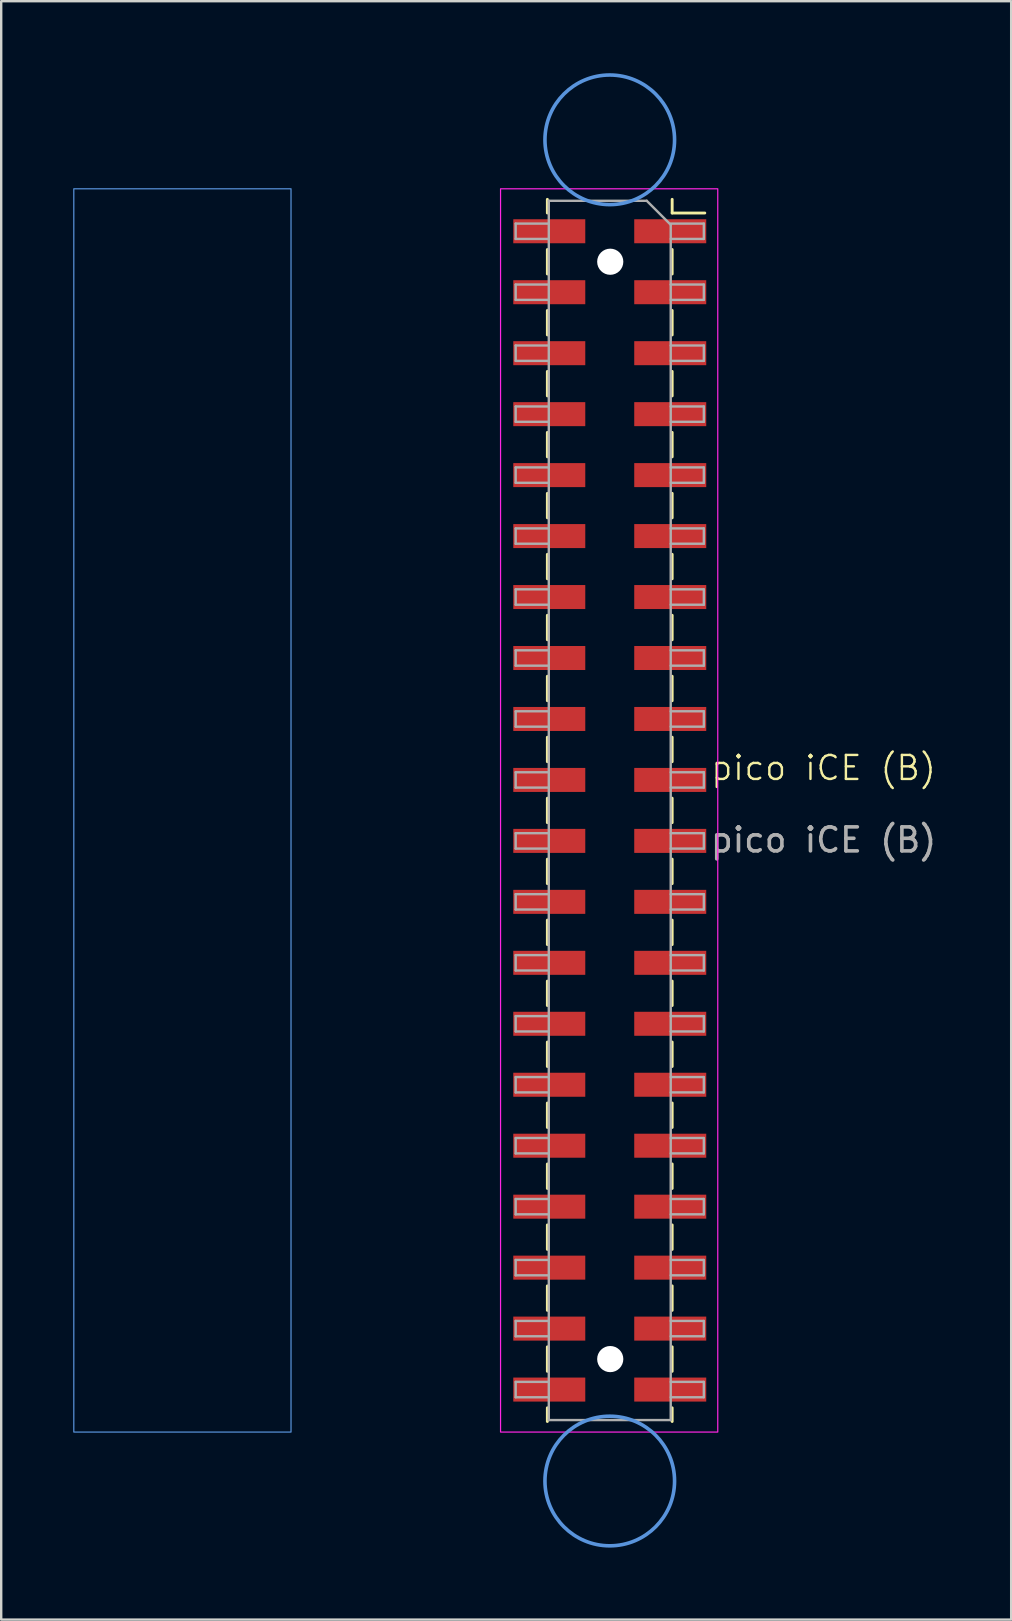
<source format=kicad_pcb>
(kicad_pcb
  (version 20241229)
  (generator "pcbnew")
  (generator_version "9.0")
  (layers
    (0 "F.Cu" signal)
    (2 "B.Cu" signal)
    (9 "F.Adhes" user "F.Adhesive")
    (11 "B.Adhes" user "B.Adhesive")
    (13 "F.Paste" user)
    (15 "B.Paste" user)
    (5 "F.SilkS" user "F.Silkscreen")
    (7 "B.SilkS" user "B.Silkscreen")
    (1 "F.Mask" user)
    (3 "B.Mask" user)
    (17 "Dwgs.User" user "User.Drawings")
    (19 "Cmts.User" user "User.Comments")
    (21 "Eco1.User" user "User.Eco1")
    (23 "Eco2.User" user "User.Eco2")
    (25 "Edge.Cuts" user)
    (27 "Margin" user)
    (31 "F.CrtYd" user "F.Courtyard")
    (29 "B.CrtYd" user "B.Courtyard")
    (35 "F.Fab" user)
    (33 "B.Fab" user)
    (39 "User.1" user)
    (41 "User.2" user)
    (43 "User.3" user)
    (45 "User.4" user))
  (footprint "pico iCE (B)"
    (layer "F.Cu")
    (at 22.375 29.445)
    (property "Reference" "pico iCE (B)" (at 8.89 -0.5 0) (unlocked yes) (layer "F.SilkS") (effects (font (size 1 1) (thickness 0.1))))
    (attr smd)
    (fp_line (start -2.62 -24.19) (end -2.62 -23.62) (stroke (width 0.12) (type solid)) (layer "F.SilkS"))
    (fp_line (start -2.62 -22.1) (end -2.62 -21.08) (stroke (width 0.12) (type solid)) (layer "F.SilkS"))
    (fp_line (start -2.62 -19.56) (end -2.62 -18.54) (stroke (width 0.12) (type solid)) (layer "F.SilkS"))
    (fp_line (start -2.62 -17.02) (end -2.62 -16) (stroke (width 0.12) (type solid)) (layer "F.SilkS"))
    (fp_line (start -2.62 -14.48) (end -2.62 -13.46) (stroke (width 0.12) (type solid)) (layer "F.SilkS"))
    (fp_line (start -2.62 -11.94) (end -2.62 -10.92) (stroke (width 0.12) (type solid)) (layer "F.SilkS"))
    (fp_line (start -2.62 -9.4) (end -2.62 -8.38) (stroke (width 0.12) (type solid)) (layer "F.SilkS"))
    (fp_line (start -2.62 -6.86) (end -2.62 -5.84) (stroke (width 0.12) (type solid)) (layer "F.SilkS"))
    (fp_line (start -2.62 -4.32) (end -2.62 -3.3) (stroke (width 0.12) (type solid)) (layer "F.SilkS"))
    (fp_line (start -2.62 -1.78) (end -2.62 -0.76) (stroke (width 0.12) (type solid)) (layer "F.SilkS"))
    (fp_line (start -2.62 0.76) (end -2.62 1.78) (stroke (width 0.12) (type solid)) (layer "F.SilkS"))
    (fp_line (start -2.62 3.3) (end -2.62 4.32) (stroke (width 0.12) (type solid)) (layer "F.SilkS"))
    (fp_line (start -2.62 5.84) (end -2.62 6.86) (stroke (width 0.12) (type solid)) (layer "F.SilkS"))
    (fp_line (start -2.62 8.38) (end -2.62 9.4) (stroke (width 0.12) (type solid)) (layer "F.SilkS"))
    (fp_line (start -2.62 10.92) (end -2.62 11.94) (stroke (width 0.12) (type solid)) (layer "F.SilkS"))
    (fp_line (start -2.62 13.46) (end -2.62 14.48) (stroke (width 0.12) (type solid)) (layer "F.SilkS"))
    (fp_line (start -2.62 16) (end -2.62 17.02) (stroke (width 0.12) (type solid)) (layer "F.SilkS"))
    (fp_line (start -2.62 18.54) (end -2.62 19.56) (stroke (width 0.12) (type solid)) (layer "F.SilkS"))
    (fp_line (start -2.62 21.08) (end -2.62 22.1) (stroke (width 0.12) (type solid)) (layer "F.SilkS"))
    (fp_line (start -2.62 23.62) (end -2.62 24.64) (stroke (width 0.12) (type solid)) (layer "F.SilkS"))
    (fp_line (start -2.62 26.16) (end -2.62 26.73) (stroke (width 0.12) (type solid)) (layer "F.SilkS"))
    (fp_line (start 2.58 -24.19) (end 2.58 -23.62) (stroke (width 0.12) (type solid)) (layer "F.SilkS"))
    (fp_line (start 2.58 -23.62) (end 3.94 -23.62) (stroke (width 0.12) (type solid)) (layer "F.SilkS"))
    (fp_line (start 2.58 -22.1) (end 2.58 -21.08) (stroke (width 0.12) (type solid)) (layer "F.SilkS"))
    (fp_line (start 2.58 -19.56) (end 2.58 -18.54) (stroke (width 0.12) (type solid)) (layer "F.SilkS"))
    (fp_line (start 2.58 -17.02) (end 2.58 -16) (stroke (width 0.12) (type solid)) (layer "F.SilkS"))
    (fp_line (start 2.58 -14.48) (end 2.58 -13.46) (stroke (width 0.12) (type solid)) (layer "F.SilkS"))
    (fp_line (start 2.58 -11.94) (end 2.58 -10.92) (stroke (width 0.12) (type solid)) (layer "F.SilkS"))
    (fp_line (start 2.58 -9.4) (end 2.58 -8.38) (stroke (width 0.12) (type solid)) (layer "F.SilkS"))
    (fp_line (start 2.58 -6.86) (end 2.58 -5.84) (stroke (width 0.12) (type solid)) (layer "F.SilkS"))
    (fp_line (start 2.58 -4.32) (end 2.58 -3.3) (stroke (width 0.12) (type solid)) (layer "F.SilkS"))
    (fp_line (start 2.58 -1.78) (end 2.58 -0.76) (stroke (width 0.12) (type solid)) (layer "F.SilkS"))
    (fp_line (start 2.58 0.76) (end 2.58 1.78) (stroke (width 0.12) (type solid)) (layer "F.SilkS"))
    (fp_line (start 2.58 3.3) (end 2.58 4.32) (stroke (width 0.12) (type solid)) (layer "F.SilkS"))
    (fp_line (start 2.58 5.84) (end 2.58 6.86) (stroke (width 0.12) (type solid)) (layer "F.SilkS"))
    (fp_line (start 2.58 8.38) (end 2.58 9.4) (stroke (width 0.12) (type solid)) (layer "F.SilkS"))
    (fp_line (start 2.58 10.92) (end 2.58 11.94) (stroke (width 0.12) (type solid)) (layer "F.SilkS"))
    (fp_line (start 2.58 13.46) (end 2.58 14.48) (stroke (width 0.12) (type solid)) (layer "F.SilkS"))
    (fp_line (start 2.58 16) (end 2.58 17.02) (stroke (width 0.12) (type solid)) (layer "F.SilkS"))
    (fp_line (start 2.58 18.54) (end 2.58 19.56) (stroke (width 0.12) (type solid)) (layer "F.SilkS"))
    (fp_line (start 2.58 21.08) (end 2.58 22.1) (stroke (width 0.12) (type solid)) (layer "F.SilkS"))
    (fp_line (start 2.58 23.62) (end 2.58 24.64) (stroke (width 0.12) (type solid)) (layer "F.SilkS"))
    (fp_line (start 2.58 26.16) (end 2.58 26.73) (stroke (width 0.12) (type solid)) (layer "F.SilkS"))
    (fp_rect (start -22.35 -24.63) (end -13.3 27.17) (stroke (width 0.05) (type solid)) (fill no) (layer "Cmts.User"))
    (fp_circle (center -0.02 -26.67) (end 2.68 -26.67) (stroke (width 0.15) (type solid)) (fill no) (layer "Cmts.User"))
    (fp_circle (center -0.02 29.21) (end 2.68 29.21) (stroke (width 0.15) (type solid)) (fill no) (layer "Cmts.User"))
    (fp_rect (start -4.57 -24.63) (end 4.48 27.17) (stroke (width 0.05) (type solid)) (fill no) (layer "F.CrtYd"))
    (fp_line (start -3.94 -23.18) (end -2.56 -23.18) (stroke (width 0.1) (type solid)) (layer "F.Fab"))
    (fp_line (start -3.94 -22.54) (end -3.94 -23.18) (stroke (width 0.1) (type solid)) (layer "F.Fab"))
    (fp_line (start -3.94 -20.64) (end -2.56 -20.64) (stroke (width 0.1) (type solid)) (layer "F.Fab"))
    (fp_line (start -3.94 -20) (end -3.94 -20.64) (stroke (width 0.1) (type solid)) (layer "F.Fab"))
    (fp_line (start -3.94 -18.1) (end -2.56 -18.1) (stroke (width 0.1) (type solid)) (layer "F.Fab"))
    (fp_line (start -3.94 -17.46) (end -3.94 -18.1) (stroke (width 0.1) (type solid)) (layer "F.Fab"))
    (fp_line (start -3.94 -15.56) (end -2.56 -15.56) (stroke (width 0.1) (type solid)) (layer "F.Fab"))
    (fp_line (start -3.94 -14.92) (end -3.94 -15.56) (stroke (width 0.1) (type solid)) (layer "F.Fab"))
    (fp_line (start -3.94 -13.02) (end -2.56 -13.02) (stroke (width 0.1) (type solid)) (layer "F.Fab"))
    (fp_line (start -3.94 -12.38) (end -3.94 -13.02) (stroke (width 0.1) (type solid)) (layer "F.Fab"))
    (fp_line (start -3.94 -10.48) (end -2.56 -10.48) (stroke (width 0.1) (type solid)) (layer "F.Fab"))
    (fp_line (start -3.94 -9.84) (end -3.94 -10.48) (stroke (width 0.1) (type solid)) (layer "F.Fab"))
    (fp_line (start -3.94 -7.94) (end -2.56 -7.94) (stroke (width 0.1) (type solid)) (layer "F.Fab"))
    (fp_line (start -3.94 -7.3) (end -3.94 -7.94) (stroke (width 0.1) (type solid)) (layer "F.Fab"))
    (fp_line (start -3.94 -5.4) (end -2.56 -5.4) (stroke (width 0.1) (type solid)) (layer "F.Fab"))
    (fp_line (start -3.94 -4.76) (end -3.94 -5.4) (stroke (width 0.1) (type solid)) (layer "F.Fab"))
    (fp_line (start -3.94 -2.86) (end -2.56 -2.86) (stroke (width 0.1) (type solid)) (layer "F.Fab"))
    (fp_line (start -3.94 -2.22) (end -3.94 -2.86) (stroke (width 0.1) (type solid)) (layer "F.Fab"))
    (fp_line (start -3.94 -0.32) (end -2.56 -0.32) (stroke (width 0.1) (type solid)) (layer "F.Fab"))
    (fp_line (start -3.94 0.32) (end -3.94 -0.32) (stroke (width 0.1) (type solid)) (layer "F.Fab"))
    (fp_line (start -3.94 2.22) (end -2.56 2.22) (stroke (width 0.1) (type solid)) (layer "F.Fab"))
    (fp_line (start -3.94 2.86) (end -3.94 2.22) (stroke (width 0.1) (type solid)) (layer "F.Fab"))
    (fp_line (start -3.94 4.76) (end -2.56 4.76) (stroke (width 0.1) (type solid)) (layer "F.Fab"))
    (fp_line (start -3.94 5.4) (end -3.94 4.76) (stroke (width 0.1) (type solid)) (layer "F.Fab"))
    (fp_line (start -3.94 7.3) (end -2.56 7.3) (stroke (width 0.1) (type solid)) (layer "F.Fab"))
    (fp_line (start -3.94 7.94) (end -3.94 7.3) (stroke (width 0.1) (type solid)) (layer "F.Fab"))
    (fp_line (start -3.94 9.84) (end -2.56 9.84) (stroke (width 0.1) (type solid)) (layer "F.Fab"))
    (fp_line (start -3.94 10.48) (end -3.94 9.84) (stroke (width 0.1) (type solid)) (layer "F.Fab"))
    (fp_line (start -3.94 12.38) (end -2.56 12.38) (stroke (width 0.1) (type solid)) (layer "F.Fab"))
    (fp_line (start -3.94 13.02) (end -3.94 12.38) (stroke (width 0.1) (type solid)) (layer "F.Fab"))
    (fp_line (start -3.94 14.92) (end -2.56 14.92) (stroke (width 0.1) (type solid)) (layer "F.Fab"))
    (fp_line (start -3.94 15.56) (end -3.94 14.92) (stroke (width 0.1) (type solid)) (layer "F.Fab"))
    (fp_line (start -3.94 17.46) (end -2.56 17.46) (stroke (width 0.1) (type solid)) (layer "F.Fab"))
    (fp_line (start -3.94 18.1) (end -3.94 17.46) (stroke (width 0.1) (type solid)) (layer "F.Fab"))
    (fp_line (start -3.94 20) (end -2.56 20) (stroke (width 0.1) (type solid)) (layer "F.Fab"))
    (fp_line (start -3.94 20.64) (end -3.94 20) (stroke (width 0.1) (type solid)) (layer "F.Fab"))
    (fp_line (start -3.94 22.54) (end -2.56 22.54) (stroke (width 0.1) (type solid)) (layer "F.Fab"))
    (fp_line (start -3.94 23.18) (end -3.94 22.54) (stroke (width 0.1) (type solid)) (layer "F.Fab"))
    (fp_line (start -3.94 25.08) (end -2.56 25.08) (stroke (width 0.1) (type solid)) (layer "F.Fab"))
    (fp_line (start -3.94 25.72) (end -3.94 25.08) (stroke (width 0.1) (type solid)) (layer "F.Fab"))
    (fp_line (start -2.56 -24.13) (end 1.52 -24.13) (stroke (width 0.1) (type solid)) (layer "F.Fab"))
    (fp_line (start -2.56 -22.54) (end -3.94 -22.54) (stroke (width 0.1) (type solid)) (layer "F.Fab"))
    (fp_line (start -2.56 -20) (end -3.94 -20) (stroke (width 0.1) (type solid)) (layer "F.Fab"))
    (fp_line (start -2.56 -17.46) (end -3.94 -17.46) (stroke (width 0.1) (type solid)) (layer "F.Fab"))
    (fp_line (start -2.56 -14.92) (end -3.94 -14.92) (stroke (width 0.1) (type solid)) (layer "F.Fab"))
    (fp_line (start -2.56 -12.38) (end -3.94 -12.38) (stroke (width 0.1) (type solid)) (layer "F.Fab"))
    (fp_line (start -2.56 -9.84) (end -3.94 -9.84) (stroke (width 0.1) (type solid)) (layer "F.Fab"))
    (fp_line (start -2.56 -7.3) (end -3.94 -7.3) (stroke (width 0.1) (type solid)) (layer "F.Fab"))
    (fp_line (start -2.56 -4.76) (end -3.94 -4.76) (stroke (width 0.1) (type solid)) (layer "F.Fab"))
    (fp_line (start -2.56 -2.22) (end -3.94 -2.22) (stroke (width 0.1) (type solid)) (layer "F.Fab"))
    (fp_line (start -2.56 0.32) (end -3.94 0.32) (stroke (width 0.1) (type solid)) (layer "F.Fab"))
    (fp_line (start -2.56 2.86) (end -3.94 2.86) (stroke (width 0.1) (type solid)) (layer "F.Fab"))
    (fp_line (start -2.56 5.4) (end -3.94 5.4) (stroke (width 0.1) (type solid)) (layer "F.Fab"))
    (fp_line (start -2.56 7.94) (end -3.94 7.94) (stroke (width 0.1) (type solid)) (layer "F.Fab"))
    (fp_line (start -2.56 10.48) (end -3.94 10.48) (stroke (width 0.1) (type solid)) (layer "F.Fab"))
    (fp_line (start -2.56 13.02) (end -3.94 13.02) (stroke (width 0.1) (type solid)) (layer "F.Fab"))
    (fp_line (start -2.56 15.56) (end -3.94 15.56) (stroke (width 0.1) (type solid)) (layer "F.Fab"))
    (fp_line (start -2.56 18.1) (end -3.94 18.1) (stroke (width 0.1) (type solid)) (layer "F.Fab"))
    (fp_line (start -2.56 20.64) (end -3.94 20.64) (stroke (width 0.1) (type solid)) (layer "F.Fab"))
    (fp_line (start -2.56 23.18) (end -3.94 23.18) (stroke (width 0.1) (type solid)) (layer "F.Fab"))
    (fp_line (start -2.56 25.72) (end -3.94 25.72) (stroke (width 0.1) (type solid)) (layer "F.Fab"))
    (fp_line (start -2.56 26.67) (end -2.56 -24.13) (stroke (width 0.1) (type solid)) (layer "F.Fab"))
    (fp_line (start 1.52 -24.13) (end 2.52 -23.13) (stroke (width 0.1) (type solid)) (layer "F.Fab"))
    (fp_line (start 2.52 -23.18) (end 3.9 -23.18) (stroke (width 0.1) (type solid)) (layer "F.Fab"))
    (fp_line (start 2.52 -23.13) (end 2.52 26.67) (stroke (width 0.1) (type solid)) (layer "F.Fab"))
    (fp_line (start 2.52 -20.64) (end 3.9 -20.64) (stroke (width 0.1) (type solid)) (layer "F.Fab"))
    (fp_line (start 2.52 -18.1) (end 3.9 -18.1) (stroke (width 0.1) (type solid)) (layer "F.Fab"))
    (fp_line (start 2.52 -15.56) (end 3.9 -15.56) (stroke (width 0.1) (type solid)) (layer "F.Fab"))
    (fp_line (start 2.52 -13.02) (end 3.9 -13.02) (stroke (width 0.1) (type solid)) (layer "F.Fab"))
    (fp_line (start 2.52 -10.48) (end 3.9 -10.48) (stroke (width 0.1) (type solid)) (layer "F.Fab"))
    (fp_line (start 2.52 -7.94) (end 3.9 -7.94) (stroke (width 0.1) (type solid)) (layer "F.Fab"))
    (fp_line (start 2.52 -5.4) (end 3.9 -5.4) (stroke (width 0.1) (type solid)) (layer "F.Fab"))
    (fp_line (start 2.52 -2.86) (end 3.9 -2.86) (stroke (width 0.1) (type solid)) (layer "F.Fab"))
    (fp_line (start 2.52 -0.32) (end 3.9 -0.32) (stroke (width 0.1) (type solid)) (layer "F.Fab"))
    (fp_line (start 2.52 2.22) (end 3.9 2.22) (stroke (width 0.1) (type solid)) (layer "F.Fab"))
    (fp_line (start 2.52 4.76) (end 3.9 4.76) (stroke (width 0.1) (type solid)) (layer "F.Fab"))
    (fp_line (start 2.52 7.3) (end 3.9 7.3) (stroke (width 0.1) (type solid)) (layer "F.Fab"))
    (fp_line (start 2.52 9.84) (end 3.9 9.84) (stroke (width 0.1) (type solid)) (layer "F.Fab"))
    (fp_line (start 2.52 12.38) (end 3.9 12.38) (stroke (width 0.1) (type solid)) (layer "F.Fab"))
    (fp_line (start 2.52 14.92) (end 3.9 14.92) (stroke (width 0.1) (type solid)) (layer "F.Fab"))
    (fp_line (start 2.52 17.46) (end 3.9 17.46) (stroke (width 0.1) (type solid)) (layer "F.Fab"))
    (fp_line (start 2.52 20) (end 3.9 20) (stroke (width 0.1) (type solid)) (layer "F.Fab"))
    (fp_line (start 2.52 22.54) (end 3.9 22.54) (stroke (width 0.1) (type solid)) (layer "F.Fab"))
    (fp_line (start 2.52 25.08) (end 3.9 25.08) (stroke (width 0.1) (type solid)) (layer "F.Fab"))
    (fp_line (start 2.52 26.67) (end -2.56 26.67) (stroke (width 0.1) (type solid)) (layer "F.Fab"))
    (fp_line (start 3.9 -23.18) (end 3.9 -22.54) (stroke (width 0.1) (type solid)) (layer "F.Fab"))
    (fp_line (start 3.9 -22.54) (end 2.52 -22.54) (stroke (width 0.1) (type solid)) (layer "F.Fab"))
    (fp_line (start 3.9 -20.64) (end 3.9 -20) (stroke (width 0.1) (type solid)) (layer "F.Fab"))
    (fp_line (start 3.9 -20) (end 2.52 -20) (stroke (width 0.1) (type solid)) (layer "F.Fab"))
    (fp_line (start 3.9 -18.1) (end 3.9 -17.46) (stroke (width 0.1) (type solid)) (layer "F.Fab"))
    (fp_line (start 3.9 -17.46) (end 2.52 -17.46) (stroke (width 0.1) (type solid)) (layer "F.Fab"))
    (fp_line (start 3.9 -15.56) (end 3.9 -14.92) (stroke (width 0.1) (type solid)) (layer "F.Fab"))
    (fp_line (start 3.9 -14.92) (end 2.52 -14.92) (stroke (width 0.1) (type solid)) (layer "F.Fab"))
    (fp_line (start 3.9 -13.02) (end 3.9 -12.38) (stroke (width 0.1) (type solid)) (layer "F.Fab"))
    (fp_line (start 3.9 -12.38) (end 2.52 -12.38) (stroke (width 0.1) (type solid)) (layer "F.Fab"))
    (fp_line (start 3.9 -10.48) (end 3.9 -9.84) (stroke (width 0.1) (type solid)) (layer "F.Fab"))
    (fp_line (start 3.9 -9.84) (end 2.52 -9.84) (stroke (width 0.1) (type solid)) (layer "F.Fab"))
    (fp_line (start 3.9 -7.94) (end 3.9 -7.3) (stroke (width 0.1) (type solid)) (layer "F.Fab"))
    (fp_line (start 3.9 -7.3) (end 2.52 -7.3) (stroke (width 0.1) (type solid)) (layer "F.Fab"))
    (fp_line (start 3.9 -5.4) (end 3.9 -4.76) (stroke (width 0.1) (type solid)) (layer "F.Fab"))
    (fp_line (start 3.9 -4.76) (end 2.52 -4.76) (stroke (width 0.1) (type solid)) (layer "F.Fab"))
    (fp_line (start 3.9 -2.86) (end 3.9 -2.22) (stroke (width 0.1) (type solid)) (layer "F.Fab"))
    (fp_line (start 3.9 -2.22) (end 2.52 -2.22) (stroke (width 0.1) (type solid)) (layer "F.Fab"))
    (fp_line (start 3.9 -0.32) (end 3.9 0.32) (stroke (width 0.1) (type solid)) (layer "F.Fab"))
    (fp_line (start 3.9 0.32) (end 2.52 0.32) (stroke (width 0.1) (type solid)) (layer "F.Fab"))
    (fp_line (start 3.9 2.22) (end 3.9 2.86) (stroke (width 0.1) (type solid)) (layer "F.Fab"))
    (fp_line (start 3.9 2.86) (end 2.52 2.86) (stroke (width 0.1) (type solid)) (layer "F.Fab"))
    (fp_line (start 3.9 4.76) (end 3.9 5.4) (stroke (width 0.1) (type solid)) (layer "F.Fab"))
    (fp_line (start 3.9 5.4) (end 2.52 5.4) (stroke (width 0.1) (type solid)) (layer "F.Fab"))
    (fp_line (start 3.9 7.3) (end 3.9 7.94) (stroke (width 0.1) (type solid)) (layer "F.Fab"))
    (fp_line (start 3.9 7.94) (end 2.52 7.94) (stroke (width 0.1) (type solid)) (layer "F.Fab"))
    (fp_line (start 3.9 9.84) (end 3.9 10.48) (stroke (width 0.1) (type solid)) (layer "F.Fab"))
    (fp_line (start 3.9 10.48) (end 2.52 10.48) (stroke (width 0.1) (type solid)) (layer "F.Fab"))
    (fp_line (start 3.9 12.38) (end 3.9 13.02) (stroke (width 0.1) (type solid)) (layer "F.Fab"))
    (fp_line (start 3.9 13.02) (end 2.52 13.02) (stroke (width 0.1) (type solid)) (layer "F.Fab"))
    (fp_line (start 3.9 14.92) (end 3.9 15.56) (stroke (width 0.1) (type solid)) (layer "F.Fab"))
    (fp_line (start 3.9 15.56) (end 2.52 15.56) (stroke (width 0.1) (type solid)) (layer "F.Fab"))
    (fp_line (start 3.9 17.46) (end 3.9 18.1) (stroke (width 0.1) (type solid)) (layer "F.Fab"))
    (fp_line (start 3.9 18.1) (end 2.52 18.1) (stroke (width 0.1) (type solid)) (layer "F.Fab"))
    (fp_line (start 3.9 20) (end 3.9 20.64) (stroke (width 0.1) (type solid)) (layer "F.Fab"))
    (fp_line (start 3.9 20.64) (end 2.52 20.64) (stroke (width 0.1) (type solid)) (layer "F.Fab"))
    (fp_line (start 3.9 22.54) (end 3.9 23.18) (stroke (width 0.1) (type solid)) (layer "F.Fab"))
    (fp_line (start 3.9 23.18) (end 2.52 23.18) (stroke (width 0.1) (type solid)) (layer "F.Fab"))
    (fp_line (start 3.9 25.08) (end 3.9 25.72) (stroke (width 0.1) (type solid)) (layer "F.Fab"))
    (fp_line (start 3.9 25.72) (end 2.52 25.72) (stroke (width 0.1) (type solid)) (layer "F.Fab"))
    (fp_text user "${REFERENCE}" (at 8.89 2.5 0) (unlocked yes) (layer "F.Fab") (effects (font (size 1 1) (thickness 0.15))))
    (pad "" np_thru_hole circle (at 0 -21.59 270) (size 1.09 1.09) (drill 1.09) (layers "*.Cu" "*.Mask"))
    (pad "" np_thru_hole circle (at 0 24.13 270) (size 1.09 1.09) (drill 1.09) (layers "*.Cu" "*.Mask"))
    (pad "1" smd rect (at -2.54 -22.86) (size 3 1) (layers "F.Cu" "F.Mask" "F.Paste"))
    (pad "2" smd rect (at 2.5 -22.86) (size 3 1) (layers "F.Cu" "F.Mask" "F.Paste"))
    (pad "3" smd rect (at -2.54 -20.32) (size 3 1) (layers "F.Cu" "F.Mask" "F.Paste"))
    (pad "4" smd rect (at 2.5 -20.32) (size 3 1) (layers "F.Cu" "F.Mask" "F.Paste"))
    (pad "5" smd rect (at -2.54 -17.78) (size 3 1) (layers "F.Cu" "F.Mask" "F.Paste"))
    (pad "6" smd rect (at 2.5 -17.78) (size 3 1) (layers "F.Cu" "F.Mask" "F.Paste"))
    (pad "7" smd rect (at -2.54 -15.24) (size 3 1) (layers "F.Cu" "F.Mask" "F.Paste"))
    (pad "8" smd rect (at 2.5 -15.24) (size 3 1) (layers "F.Cu" "F.Mask" "F.Paste"))
    (pad "9" smd rect (at -2.54 -12.7) (size 3 1) (layers "F.Cu" "F.Mask" "F.Paste"))
    (pad "10" smd rect (at 2.5 -12.7) (size 3 1) (layers "F.Cu" "F.Mask" "F.Paste"))
    (pad "11" smd rect (at -2.54 -10.16) (size 3 1) (layers "F.Cu" "F.Mask" "F.Paste"))
    (pad "12" smd rect (at 2.5 -10.16) (size 3 1) (layers "F.Cu" "F.Mask" "F.Paste"))
    (pad "13" smd rect (at -2.54 -7.62) (size 3 1) (layers "F.Cu" "F.Mask" "F.Paste"))
    (pad "14" smd rect (at 2.5 -7.62) (size 3 1) (layers "F.Cu" "F.Mask" "F.Paste"))
    (pad "15" smd rect (at -2.54 -5.08) (size 3 1) (layers "F.Cu" "F.Mask" "F.Paste"))
    (pad "16" smd rect (at 2.5 -5.08) (size 3 1) (layers "F.Cu" "F.Mask" "F.Paste"))
    (pad "17" smd rect (at -2.54 -2.54) (size 3 1) (layers "F.Cu" "F.Mask" "F.Paste"))
    (pad "18" smd rect (at 2.5 -2.54) (size 3 1) (layers "F.Cu" "F.Mask" "F.Paste"))
    (pad "19" smd rect (at -2.54 0) (size 3 1) (layers "F.Cu" "F.Mask" "F.Paste"))
    (pad "20" smd rect (at 2.5 0) (size 3 1) (layers "F.Cu" "F.Mask" "F.Paste"))
    (pad "21" smd rect (at -2.54 2.54) (size 3 1) (layers "F.Cu" "F.Mask" "F.Paste"))
    (pad "22" smd rect (at 2.5 2.54) (size 3 1) (layers "F.Cu" "F.Mask" "F.Paste"))
    (pad "23" smd rect (at -2.54 5.08) (size 3 1) (layers "F.Cu" "F.Mask" "F.Paste"))
    (pad "24" smd rect (at 2.5 5.08) (size 3 1) (layers "F.Cu" "F.Mask" "F.Paste"))
    (pad "25" smd rect (at -2.54 7.62) (size 3 1) (layers "F.Cu" "F.Mask" "F.Paste"))
    (pad "26" smd rect (at 2.5 7.62) (size 3 1) (layers "F.Cu" "F.Mask" "F.Paste"))
    (pad "27" smd rect (at -2.54 10.16) (size 3 1) (layers "F.Cu" "F.Mask" "F.Paste"))
    (pad "28" smd rect (at 2.5 10.16) (size 3 1) (layers "F.Cu" "F.Mask" "F.Paste"))
    (pad "29" smd rect (at -2.54 12.7) (size 3 1) (layers "F.Cu" "F.Mask" "F.Paste"))
    (pad "30" smd rect (at 2.5 12.7) (size 3 1) (layers "F.Cu" "F.Mask" "F.Paste"))
    (pad "31" smd rect (at -2.54 15.24) (size 3 1) (layers "F.Cu" "F.Mask" "F.Paste"))
    (pad "32" smd rect (at 2.5 15.24) (size 3 1) (layers "F.Cu" "F.Mask" "F.Paste"))
    (pad "33" smd rect (at -2.54 17.78) (size 3 1) (layers "F.Cu" "F.Mask" "F.Paste"))
    (pad "34" smd rect (at 2.5 17.78) (size 3 1) (layers "F.Cu" "F.Mask" "F.Paste"))
    (pad "35" smd rect (at -2.54 20.32) (size 3 1) (layers "F.Cu" "F.Mask" "F.Paste"))
    (pad "36" smd rect (at 2.5 20.32) (size 3 1) (layers "F.Cu" "F.Mask" "F.Paste"))
    (pad "37" smd rect (at -2.54 22.86) (size 3 1) (layers "F.Cu" "F.Mask" "F.Paste"))
    (pad "38" smd rect (at 2.5 22.86) (size 3 1) (layers "F.Cu" "F.Mask" "F.Paste"))
    (pad "39" smd rect (at -2.54 25.4) (size 3 1) (layers "F.Cu" "F.Mask" "F.Paste"))
    (pad "40" smd rect (at 2.5 25.4) (size 3 1) (layers "F.Cu" "F.Mask" "F.Paste")))
  (gr_rect
    (start -3 -3)
    (end 39.08 64.43)
    (stroke (width 0.1) (type default))
    (fill no)
    (layer "Edge.Cuts")))
</source>
